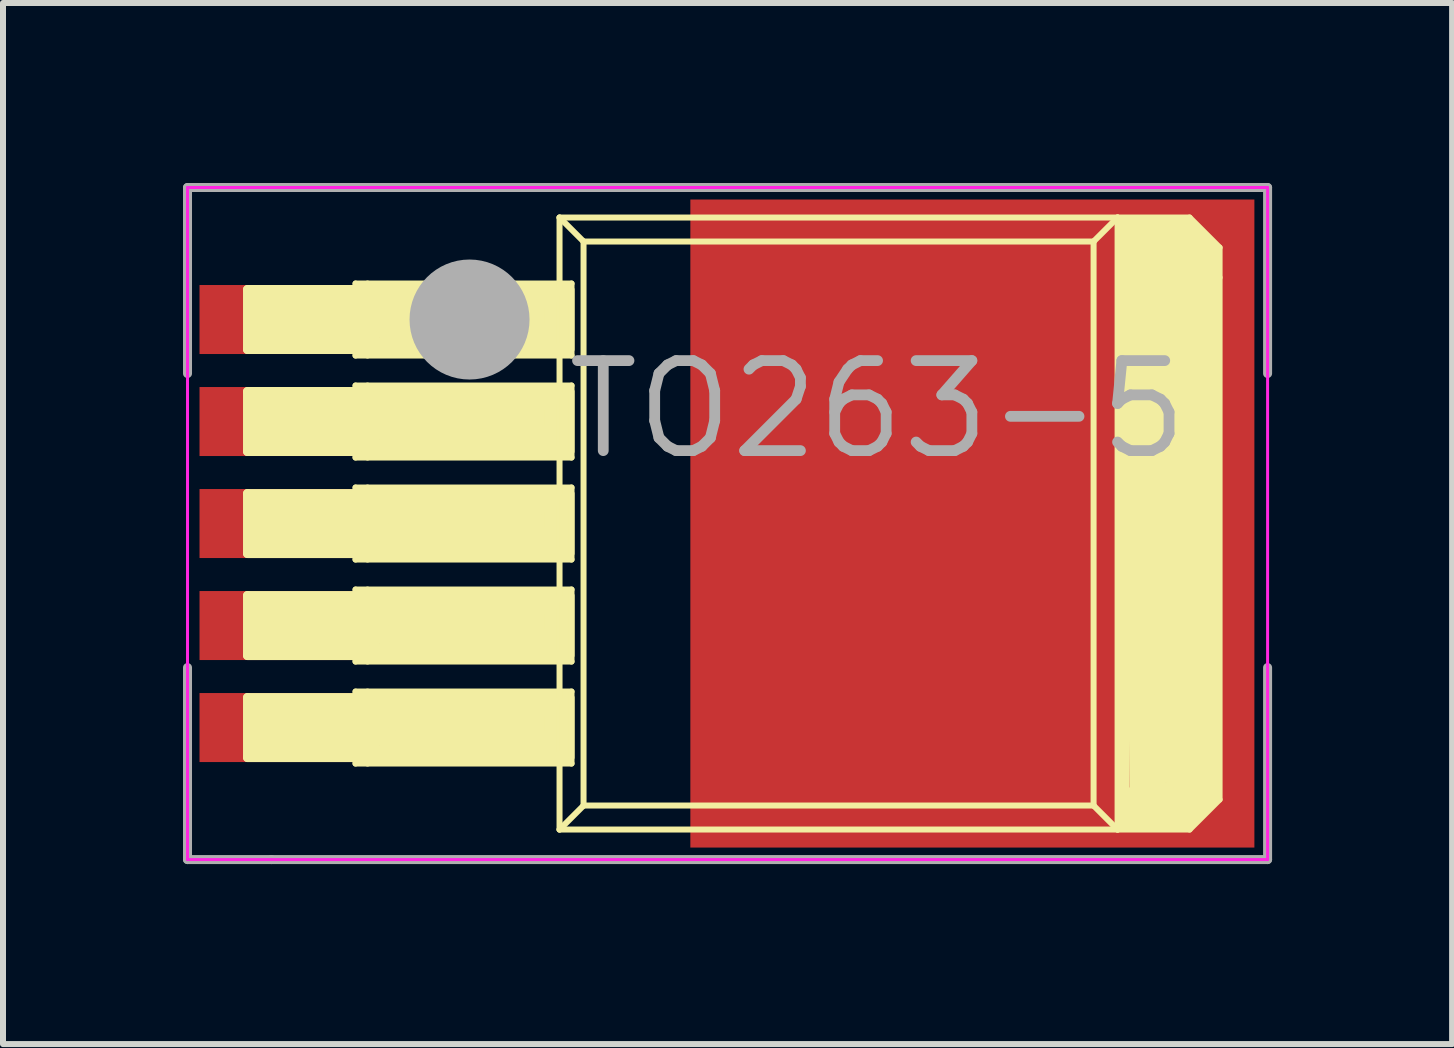
<source format=kicad_pcb>
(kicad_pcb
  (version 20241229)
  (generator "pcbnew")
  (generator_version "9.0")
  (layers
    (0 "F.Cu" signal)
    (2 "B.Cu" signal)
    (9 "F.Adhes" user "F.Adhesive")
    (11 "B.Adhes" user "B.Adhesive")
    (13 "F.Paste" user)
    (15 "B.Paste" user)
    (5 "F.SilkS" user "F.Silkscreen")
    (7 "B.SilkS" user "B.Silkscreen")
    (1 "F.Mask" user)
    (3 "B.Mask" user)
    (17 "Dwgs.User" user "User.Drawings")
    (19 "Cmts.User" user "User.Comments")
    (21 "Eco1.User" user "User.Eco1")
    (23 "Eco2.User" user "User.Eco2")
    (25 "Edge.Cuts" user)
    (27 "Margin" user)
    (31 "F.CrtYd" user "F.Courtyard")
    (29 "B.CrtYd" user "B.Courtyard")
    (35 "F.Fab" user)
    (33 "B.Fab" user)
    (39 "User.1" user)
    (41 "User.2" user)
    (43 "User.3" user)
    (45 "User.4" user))
  (footprint "TO263-5"
    (layer "F.Cu")
    (at 3.975 5.675)
    (property "Reference" "TO263-5" (at 7.6 -1.9 0) (layer "F.Fab") (effects (font (size 1.5 1.5) (thickness 0.18))))
    (attr smd)
    (fp_line (start -2.9 -3.9) (end -2.9 -2.9) (stroke (width 0.15) (type solid)) (layer "F.SilkS"))
    (fp_line (start -2.9 -2.9) (end -1.1 -2.9) (stroke (width 0.15) (type solid)) (layer "F.SilkS"))
    (fp_line (start -2.9 -2.2) (end -2.9 -1.2) (stroke (width 0.15) (type solid)) (layer "F.SilkS"))
    (fp_line (start -2.9 -1.2) (end -1.1 -1.2) (stroke (width 0.15) (type solid)) (layer "F.SilkS"))
    (fp_line (start -2.9 -0.5) (end -2.9 0.5) (stroke (width 0.15) (type solid)) (layer "F.SilkS"))
    (fp_line (start -2.9 0.5) (end -1.1 0.5) (stroke (width 0.15) (type solid)) (layer "F.SilkS"))
    (fp_line (start -2.9 1.2) (end -2.9 2.2) (stroke (width 0.15) (type solid)) (layer "F.SilkS"))
    (fp_line (start -2.9 2.2) (end -1.1 2.2) (stroke (width 0.15) (type solid)) (layer "F.SilkS"))
    (fp_line (start -2.9 2.9) (end -2.9 3.9) (stroke (width 0.15) (type solid)) (layer "F.SilkS"))
    (fp_line (start -2.9 3.9) (end -1.1 3.9) (stroke (width 0.15) (type solid)) (layer "F.SilkS"))
    (fp_line (start -2.8 -3.8) (end -1.2 -3.8) (stroke (width 0.3) (type solid)) (layer "F.SilkS"))
    (fp_line (start -2.8 -3.6) (end -1.4 -3.6) (stroke (width 0.3) (type solid)) (layer "F.SilkS"))
    (fp_line (start -2.8 -3) (end -2.8 -3.6) (stroke (width 0.3) (type solid)) (layer "F.SilkS"))
    (fp_line (start -2.8 -2.1) (end -1.2 -2.1) (stroke (width 0.3) (type solid)) (layer "F.SilkS"))
    (fp_line (start -2.8 -1.9) (end -1.4 -1.9) (stroke (width 0.3) (type solid)) (layer "F.SilkS"))
    (fp_line (start -2.8 -1.3) (end -2.8 -1.9) (stroke (width 0.3) (type solid)) (layer "F.SilkS"))
    (fp_line (start -2.8 -0.4) (end -1.2 -0.4) (stroke (width 0.3) (type solid)) (layer "F.SilkS"))
    (fp_line (start -2.8 -0.2) (end -1.4 -0.2) (stroke (width 0.3) (type solid)) (layer "F.SilkS"))
    (fp_line (start -2.8 0.4) (end -2.8 -0.2) (stroke (width 0.3) (type solid)) (layer "F.SilkS"))
    (fp_line (start -2.8 1.3) (end -1.2 1.3) (stroke (width 0.3) (type solid)) (layer "F.SilkS"))
    (fp_line (start -2.8 1.5) (end -1.4 1.5) (stroke (width 0.3) (type solid)) (layer "F.SilkS"))
    (fp_line (start -2.8 2.1) (end -2.8 1.5) (stroke (width 0.3) (type solid)) (layer "F.SilkS"))
    (fp_line (start -2.8 3) (end -1.2 3) (stroke (width 0.3) (type solid)) (layer "F.SilkS"))
    (fp_line (start -2.8 3.2) (end -1.4 3.2) (stroke (width 0.3) (type solid)) (layer "F.SilkS"))
    (fp_line (start -2.8 3.8) (end -2.8 3.2) (stroke (width 0.3) (type solid)) (layer "F.SilkS"))
    (fp_line (start -2.6 -3.4) (end -1.6 -3.4) (stroke (width 0.3) (type solid)) (layer "F.SilkS"))
    (fp_line (start -2.6 -3.2) (end -2.6 -3.4) (stroke (width 0.3) (type solid)) (layer "F.SilkS"))
    (fp_line (start -2.6 -1.7) (end -1.6 -1.7) (stroke (width 0.3) (type solid)) (layer "F.SilkS"))
    (fp_line (start -2.6 -1.5) (end -2.6 -1.7) (stroke (width 0.3) (type solid)) (layer "F.SilkS"))
    (fp_line (start -2.6 0) (end -1.6 0) (stroke (width 0.3) (type solid)) (layer "F.SilkS"))
    (fp_line (start -2.6 0.2) (end -2.6 0) (stroke (width 0.3) (type solid)) (layer "F.SilkS"))
    (fp_line (start -2.6 1.7) (end -1.6 1.7) (stroke (width 0.3) (type solid)) (layer "F.SilkS"))
    (fp_line (start -2.6 1.9) (end -2.6 1.7) (stroke (width 0.3) (type solid)) (layer "F.SilkS"))
    (fp_line (start -2.6 3.4) (end -1.6 3.4) (stroke (width 0.3) (type solid)) (layer "F.SilkS"))
    (fp_line (start -2.6 3.6) (end -2.6 3.4) (stroke (width 0.3) (type solid)) (layer "F.SilkS"))
    (fp_line (start -1.4 -3.6) (end -1.4 -3.2) (stroke (width 0.3) (type solid)) (layer "F.SilkS"))
    (fp_line (start -1.4 -3.2) (end -2.6 -3.2) (stroke (width 0.3) (type solid)) (layer "F.SilkS"))
    (fp_line (start -1.4 -1.9) (end -1.4 -1.5) (stroke (width 0.3) (type solid)) (layer "F.SilkS"))
    (fp_line (start -1.4 -1.5) (end -2.6 -1.5) (stroke (width 0.3) (type solid)) (layer "F.SilkS"))
    (fp_line (start -1.4 -0.2) (end -1.4 0.2) (stroke (width 0.3) (type solid)) (layer "F.SilkS"))
    (fp_line (start -1.4 0.2) (end -2.6 0.2) (stroke (width 0.3) (type solid)) (layer "F.SilkS"))
    (fp_line (start -1.4 1.5) (end -1.4 1.9) (stroke (width 0.3) (type solid)) (layer "F.SilkS"))
    (fp_line (start -1.4 1.9) (end -2.6 1.9) (stroke (width 0.3) (type solid)) (layer "F.SilkS"))
    (fp_line (start -1.4 3.2) (end -1.4 3.6) (stroke (width 0.3) (type solid)) (layer "F.SilkS"))
    (fp_line (start -1.4 3.6) (end -2.6 3.6) (stroke (width 0.3) (type solid)) (layer "F.SilkS"))
    (fp_line (start -1.2 -3.8) (end -1.2 -3) (stroke (width 0.3) (type solid)) (layer "F.SilkS"))
    (fp_line (start -1.2 -3) (end -2.8 -3) (stroke (width 0.3) (type solid)) (layer "F.SilkS"))
    (fp_line (start -1.2 -2.1) (end -1.2 -1.3) (stroke (width 0.3) (type solid)) (layer "F.SilkS"))
    (fp_line (start -1.2 -1.3) (end -2.8 -1.3) (stroke (width 0.3) (type solid)) (layer "F.SilkS"))
    (fp_line (start -1.2 -0.4) (end -1.2 0.4) (stroke (width 0.3) (type solid)) (layer "F.SilkS"))
    (fp_line (start -1.2 0.4) (end -2.8 0.4) (stroke (width 0.3) (type solid)) (layer "F.SilkS"))
    (fp_line (start -1.2 1.3) (end -1.2 2.1) (stroke (width 0.3) (type solid)) (layer "F.SilkS"))
    (fp_line (start -1.2 2.1) (end -2.8 2.1) (stroke (width 0.3) (type solid)) (layer "F.SilkS"))
    (fp_line (start -1.2 3) (end -1.2 3.8) (stroke (width 0.3) (type solid)) (layer "F.SilkS"))
    (fp_line (start -1.2 3.8) (end -2.8 3.8) (stroke (width 0.3) (type solid)) (layer "F.SilkS"))
    (fp_line (start -1.1 -4) (end -1.1 -2.8) (stroke (width 0.1) (type solid)) (layer "F.SilkS"))
    (fp_line (start -1.1 -3.9) (end -2.9 -3.9) (stroke (width 0.15) (type solid)) (layer "F.SilkS"))
    (fp_line (start -1.1 -2.9) (end -1.1 -3.9) (stroke (width 0.1) (type solid)) (layer "F.SilkS"))
    (fp_line (start -1.1 -2.9) (end -1.1 -3.9) (stroke (width 0.1) (type solid)) (layer "F.SilkS"))
    (fp_line (start -1.1 -2.3) (end -1.1 -1.1) (stroke (width 0.1) (type solid)) (layer "F.SilkS"))
    (fp_line (start -1.1 -2.2) (end -2.9 -2.2) (stroke (width 0.15) (type solid)) (layer "F.SilkS"))
    (fp_line (start -1.1 -1.2) (end -1.1 -2.2) (stroke (width 0.1) (type solid)) (layer "F.SilkS"))
    (fp_line (start -1.1 -1.2) (end -1.1 -2.2) (stroke (width 0.1) (type solid)) (layer "F.SilkS"))
    (fp_line (start -1.1 -0.6) (end -1.1 0.6) (stroke (width 0.1) (type solid)) (layer "F.SilkS"))
    (fp_line (start -1.1 -0.5) (end -2.9 -0.5) (stroke (width 0.15) (type solid)) (layer "F.SilkS"))
    (fp_line (start -1.1 0.5) (end -1.1 -0.5) (stroke (width 0.1) (type solid)) (layer "F.SilkS"))
    (fp_line (start -1.1 0.5) (end -1.1 -0.5) (stroke (width 0.1) (type solid)) (layer "F.SilkS"))
    (fp_line (start -1.1 1.1) (end -1.1 2.3) (stroke (width 0.1) (type solid)) (layer "F.SilkS"))
    (fp_line (start -1.1 1.2) (end -2.9 1.2) (stroke (width 0.15) (type solid)) (layer "F.SilkS"))
    (fp_line (start -1.1 2.2) (end -1.1 1.2) (stroke (width 0.1) (type solid)) (layer "F.SilkS"))
    (fp_line (start -1.1 2.2) (end -1.1 1.2) (stroke (width 0.1) (type solid)) (layer "F.SilkS"))
    (fp_line (start -1.1 2.8) (end -1.1 4) (stroke (width 0.1) (type solid)) (layer "F.SilkS"))
    (fp_line (start -1.1 2.9) (end -2.9 2.9) (stroke (width 0.15) (type solid)) (layer "F.SilkS"))
    (fp_line (start -1.1 3.9) (end -1.1 2.9) (stroke (width 0.1) (type solid)) (layer "F.SilkS"))
    (fp_line (start -1 -3.9) (end -1 -2.9) (stroke (width 0.2) (type solid)) (layer "F.SilkS"))
    (fp_line (start -1 -2.9) (end -0.9 -2.9) (stroke (width 0.2) (type solid)) (layer "F.SilkS"))
    (fp_line (start -1 -2.2) (end -1 -1.2) (stroke (width 0.2) (type solid)) (layer "F.SilkS"))
    (fp_line (start -1 -1.2) (end -0.9 -1.2) (stroke (width 0.2) (type solid)) (layer "F.SilkS"))
    (fp_line (start -1 -0.5) (end -1 0.5) (stroke (width 0.2) (type solid)) (layer "F.SilkS"))
    (fp_line (start -1 0.5) (end -0.9 0.5) (stroke (width 0.2) (type solid)) (layer "F.SilkS"))
    (fp_line (start -1 1.2) (end -1 2.2) (stroke (width 0.2) (type solid)) (layer "F.SilkS"))
    (fp_line (start -1 2.2) (end -0.9 2.2) (stroke (width 0.2) (type solid)) (layer "F.SilkS"))
    (fp_line (start -1 2.9) (end -1 3.9) (stroke (width 0.2) (type solid)) (layer "F.SilkS"))
    (fp_line (start -1 3.9) (end -0.9 3.9) (stroke (width 0.2) (type solid)) (layer "F.SilkS"))
    (fp_line (start -0.9 -4) (end -1.1 -4) (stroke (width 0.1) (type solid)) (layer "F.SilkS"))
    (fp_line (start -0.9 -4) (end 2.5 -4) (stroke (width 0.1) (type solid)) (layer "F.SilkS"))
    (fp_line (start -0.9 -2.9) (end -0.9 -3.9) (stroke (width 0.2) (type solid)) (layer "F.SilkS"))
    (fp_line (start -0.9 -2.8) (end -1.1 -2.8) (stroke (width 0.1) (type solid)) (layer "F.SilkS"))
    (fp_line (start -0.9 -2.3) (end -1.1 -2.3) (stroke (width 0.1) (type solid)) (layer "F.SilkS"))
    (fp_line (start -0.9 -2.3) (end 2.5 -2.3) (stroke (width 0.1) (type solid)) (layer "F.SilkS"))
    (fp_line (start -0.9 -1.2) (end -0.9 -2.2) (stroke (width 0.2) (type solid)) (layer "F.SilkS"))
    (fp_line (start -0.9 -1.1) (end -1.1 -1.1) (stroke (width 0.1) (type solid)) (layer "F.SilkS"))
    (fp_line (start -0.9 -0.6) (end -1.1 -0.6) (stroke (width 0.1) (type solid)) (layer "F.SilkS"))
    (fp_line (start -0.9 -0.6) (end 2.5 -0.6) (stroke (width 0.1) (type solid)) (layer "F.SilkS"))
    (fp_line (start -0.9 0.5) (end -0.9 -0.5) (stroke (width 0.2) (type solid)) (layer "F.SilkS"))
    (fp_line (start -0.9 0.6) (end -1.1 0.6) (stroke (width 0.1) (type solid)) (layer "F.SilkS"))
    (fp_line (start -0.9 1.1) (end -1.1 1.1) (stroke (width 0.1) (type solid)) (layer "F.SilkS"))
    (fp_line (start -0.9 1.1) (end 2.5 1.1) (stroke (width 0.1) (type solid)) (layer "F.SilkS"))
    (fp_line (start -0.9 2.2) (end -0.9 1.2) (stroke (width 0.2) (type solid)) (layer "F.SilkS"))
    (fp_line (start -0.9 2.3) (end -1.1 2.3) (stroke (width 0.1) (type solid)) (layer "F.SilkS"))
    (fp_line (start -0.9 2.8) (end -1.1 2.8) (stroke (width 0.1) (type solid)) (layer "F.SilkS"))
    (fp_line (start -0.9 2.8) (end 2.5 2.8) (stroke (width 0.1) (type solid)) (layer "F.SilkS"))
    (fp_line (start -0.9 3.9) (end -0.9 2.9) (stroke (width 0.2) (type solid)) (layer "F.SilkS"))
    (fp_line (start -0.9 4) (end -1.1 4) (stroke (width 0.1) (type solid)) (layer "F.SilkS"))
    (fp_line (start -0.8 -3.9) (end 2.4 -3.9) (stroke (width 0.2) (type solid)) (layer "F.SilkS"))
    (fp_line (start -0.8 -3.8) (end -0.8 -3) (stroke (width 0.2) (type solid)) (layer "F.SilkS"))
    (fp_line (start -0.8 -3) (end 2.4 -3) (stroke (width 0.2) (type solid)) (layer "F.SilkS"))
    (fp_line (start -0.8 -2.2) (end 2.4 -2.2) (stroke (width 0.2) (type solid)) (layer "F.SilkS"))
    (fp_line (start -0.8 -2.1) (end -0.8 -1.3) (stroke (width 0.2) (type solid)) (layer "F.SilkS"))
    (fp_line (start -0.8 -1.3) (end 2.4 -1.3) (stroke (width 0.2) (type solid)) (layer "F.SilkS"))
    (fp_line (start -0.8 -0.5) (end 2.4 -0.5) (stroke (width 0.2) (type solid)) (layer "F.SilkS"))
    (fp_line (start -0.8 -0.4) (end -0.8 0.4) (stroke (width 0.2) (type solid)) (layer "F.SilkS"))
    (fp_line (start -0.8 0.4) (end 2.4 0.4) (stroke (width 0.2) (type solid)) (layer "F.SilkS"))
    (fp_line (start -0.8 1.2) (end 2.4 1.2) (stroke (width 0.2) (type solid)) (layer "F.SilkS"))
    (fp_line (start -0.8 1.3) (end -0.8 2.1) (stroke (width 0.2) (type solid)) (layer "F.SilkS"))
    (fp_line (start -0.8 2.1) (end 2.4 2.1) (stroke (width 0.2) (type solid)) (layer "F.SilkS"))
    (fp_line (start -0.8 2.9) (end 2.4 2.9) (stroke (width 0.2) (type solid)) (layer "F.SilkS"))
    (fp_line (start -0.8 3) (end -0.8 3.8) (stroke (width 0.2) (type solid)) (layer "F.SilkS"))
    (fp_line (start -0.8 3.8) (end 2.4 3.8) (stroke (width 0.2) (type solid)) (layer "F.SilkS"))
    (fp_line (start -0.6 -3.6) (end 2.2 -3.6) (stroke (width 0.3) (type solid)) (layer "F.SilkS"))
    (fp_line (start -0.6 -3.2) (end -0.6 -3.6) (stroke (width 0.3) (type solid)) (layer "F.SilkS"))
    (fp_line (start -0.6 -1.9) (end 2.2 -1.9) (stroke (width 0.3) (type solid)) (layer "F.SilkS"))
    (fp_line (start -0.6 -1.5) (end -0.6 -1.9) (stroke (width 0.3) (type solid)) (layer "F.SilkS"))
    (fp_line (start -0.6 -0.2) (end 2.2 -0.2) (stroke (width 0.3) (type solid)) (layer "F.SilkS"))
    (fp_line (start -0.6 0.2) (end -0.6 -0.2) (stroke (width 0.3) (type solid)) (layer "F.SilkS"))
    (fp_line (start -0.6 1.5) (end 2.2 1.5) (stroke (width 0.3) (type solid)) (layer "F.SilkS"))
    (fp_line (start -0.6 1.9) (end -0.6 1.5) (stroke (width 0.3) (type solid)) (layer "F.SilkS"))
    (fp_line (start -0.6 3.2) (end 2.2 3.2) (stroke (width 0.3) (type solid)) (layer "F.SilkS"))
    (fp_line (start -0.6 3.6) (end -0.6 3.2) (stroke (width 0.3) (type solid)) (layer "F.SilkS"))
    (fp_line (start -0.4 -3.4) (end 2 -3.4) (stroke (width 0.3) (type solid)) (layer "F.SilkS"))
    (fp_line (start -0.4 -3.2) (end -0.4 -3.4) (stroke (width 0.3) (type solid)) (layer "F.SilkS"))
    (fp_line (start -0.4 -1.7) (end 2 -1.7) (stroke (width 0.3) (type solid)) (layer "F.SilkS"))
    (fp_line (start -0.4 -1.5) (end -0.4 -1.7) (stroke (width 0.3) (type solid)) (layer "F.SilkS"))
    (fp_line (start -0.4 0) (end 2 0) (stroke (width 0.3) (type solid)) (layer "F.SilkS"))
    (fp_line (start -0.4 0.2) (end -0.4 0) (stroke (width 0.3) (type solid)) (layer "F.SilkS"))
    (fp_line (start -0.4 1.7) (end 2 1.7) (stroke (width 0.3) (type solid)) (layer "F.SilkS"))
    (fp_line (start -0.4 1.9) (end -0.4 1.7) (stroke (width 0.3) (type solid)) (layer "F.SilkS"))
    (fp_line (start -0.4 3.4) (end 2 3.4) (stroke (width 0.3) (type solid)) (layer "F.SilkS"))
    (fp_line (start -0.4 3.6) (end -0.4 3.4) (stroke (width 0.3) (type solid)) (layer "F.SilkS"))
    (fp_line (start 2.2 -3.6) (end 2.2 -3.2) (stroke (width 0.3) (type solid)) (layer "F.SilkS"))
    (fp_line (start 2.2 -3.2) (end -0.4 -3.2) (stroke (width 0.3) (type solid)) (layer "F.SilkS"))
    (fp_line (start 2.2 -1.9) (end 2.2 -1.5) (stroke (width 0.3) (type solid)) (layer "F.SilkS"))
    (fp_line (start 2.2 -1.5) (end -0.4 -1.5) (stroke (width 0.3) (type solid)) (layer "F.SilkS"))
    (fp_line (start 2.2 -0.2) (end 2.2 0.2) (stroke (width 0.3) (type solid)) (layer "F.SilkS"))
    (fp_line (start 2.2 0.2) (end -0.4 0.2) (stroke (width 0.3) (type solid)) (layer "F.SilkS"))
    (fp_line (start 2.2 1.5) (end 2.2 1.9) (stroke (width 0.3) (type solid)) (layer "F.SilkS"))
    (fp_line (start 2.2 1.9) (end -0.4 1.9) (stroke (width 0.3) (type solid)) (layer "F.SilkS"))
    (fp_line (start 2.2 3.2) (end 2.2 3.6) (stroke (width 0.3) (type solid)) (layer "F.SilkS"))
    (fp_line (start 2.2 3.6) (end -0.4 3.6) (stroke (width 0.3) (type solid)) (layer "F.SilkS"))
    (fp_line (start 2.3 -5.1) (end 2.7 -4.7) (stroke (width 0.1) (type solid)) (layer "F.SilkS"))
    (fp_line (start 2.3 -5.1) (end 11.6 -5.1) (stroke (width 0.1) (type solid)) (layer "F.SilkS"))
    (fp_line (start 2.3 5.1) (end 2.3 -5.1) (stroke (width 0.1) (type solid)) (layer "F.SilkS"))
    (fp_line (start 2.4 -3.8) (end -0.7 -3.8) (stroke (width 0.2) (type solid)) (layer "F.SilkS"))
    (fp_line (start 2.4 -3) (end 2.4 -3.8) (stroke (width 0.2) (type solid)) (layer "F.SilkS"))
    (fp_line (start 2.4 -2.9) (end -0.8 -2.9) (stroke (width 0.2) (type solid)) (layer "F.SilkS"))
    (fp_line (start 2.4 -2.1) (end -0.7 -2.1) (stroke (width 0.2) (type solid)) (layer "F.SilkS"))
    (fp_line (start 2.4 -1.3) (end 2.4 -2.1) (stroke (width 0.2) (type solid)) (layer "F.SilkS"))
    (fp_line (start 2.4 -1.2) (end -0.8 -1.2) (stroke (width 0.2) (type solid)) (layer "F.SilkS"))
    (fp_line (start 2.4 -0.4) (end -0.7 -0.4) (stroke (width 0.2) (type solid)) (layer "F.SilkS"))
    (fp_line (start 2.4 0.4) (end 2.4 -0.4) (stroke (width 0.2) (type solid)) (layer "F.SilkS"))
    (fp_line (start 2.4 0.5) (end -0.8 0.5) (stroke (width 0.2) (type solid)) (layer "F.SilkS"))
    (fp_line (start 2.4 1.3) (end -0.7 1.3) (stroke (width 0.2) (type solid)) (layer "F.SilkS"))
    (fp_line (start 2.4 2.1) (end 2.4 1.3) (stroke (width 0.2) (type solid)) (layer "F.SilkS"))
    (fp_line (start 2.4 2.2) (end -0.8 2.2) (stroke (width 0.2) (type solid)) (layer "F.SilkS"))
    (fp_line (start 2.4 3) (end -0.7 3) (stroke (width 0.2) (type solid)) (layer "F.SilkS"))
    (fp_line (start 2.4 3.8) (end 2.4 3) (stroke (width 0.2) (type solid)) (layer "F.SilkS"))
    (fp_line (start 2.4 3.9) (end -0.8 3.9) (stroke (width 0.2) (type solid)) (layer "F.SilkS"))
    (fp_line (start 2.5 -4) (end 2.5 -2.8) (stroke (width 0.1) (type solid)) (layer "F.SilkS"))
    (fp_line (start 2.5 -3.9) (end 2.5 -2.9) (stroke (width 0.1) (type solid)) (layer "F.SilkS"))
    (fp_line (start 2.5 -2.8) (end -0.9 -2.8) (stroke (width 0.1) (type solid)) (layer "F.SilkS"))
    (fp_line (start 2.5 -2.3) (end 2.5 -1.1) (stroke (width 0.1) (type solid)) (layer "F.SilkS"))
    (fp_line (start 2.5 -2.2) (end 2.5 -1.2) (stroke (width 0.1) (type solid)) (layer "F.SilkS"))
    (fp_line (start 2.5 -1.1) (end -0.9 -1.1) (stroke (width 0.1) (type solid)) (layer "F.SilkS"))
    (fp_line (start 2.5 -0.6) (end 2.5 0.6) (stroke (width 0.1) (type solid)) (layer "F.SilkS"))
    (fp_line (start 2.5 -0.5) (end 2.5 0.5) (stroke (width 0.1) (type solid)) (layer "F.SilkS"))
    (fp_line (start 2.5 0.6) (end -0.9 0.6) (stroke (width 0.1) (type solid)) (layer "F.SilkS"))
    (fp_line (start 2.5 1.1) (end 2.5 2.3) (stroke (width 0.1) (type solid)) (layer "F.SilkS"))
    (fp_line (start 2.5 1.2) (end 2.5 2.2) (stroke (width 0.1) (type solid)) (layer "F.SilkS"))
    (fp_line (start 2.5 2.3) (end -0.9 2.3) (stroke (width 0.1) (type solid)) (layer "F.SilkS"))
    (fp_line (start 2.5 2.8) (end 2.5 4) (stroke (width 0.1) (type solid)) (layer "F.SilkS"))
    (fp_line (start 2.5 2.9) (end 2.5 3.9) (stroke (width 0.1) (type solid)) (layer "F.SilkS"))
    (fp_line (start 2.5 4) (end -0.9 4) (stroke (width 0.1) (type solid)) (layer "F.SilkS"))
    (fp_line (start 2.7 -4.7) (end 2.7 4.7) (stroke (width 0.1) (type solid)) (layer "F.SilkS"))
    (fp_line (start 2.7 4.7) (end 2.3 5.1) (stroke (width 0.1) (type solid)) (layer "F.SilkS"))
    (fp_line (start 2.7 4.7) (end 11.2 4.7) (stroke (width 0.1) (type solid)) (layer "F.SilkS"))
    (fp_line (start 11.2 -4.7) (end 2.7 -4.7) (stroke (width 0.1) (type solid)) (layer "F.SilkS"))
    (fp_line (start 11.2 4.7) (end 11.2 -4.7) (stroke (width 0.1) (type solid)) (layer "F.SilkS"))
    (fp_line (start 11.2 4.7) (end 11.6 5.1) (stroke (width 0.1) (type solid)) (layer "F.SilkS"))
    (fp_line (start 11.6 -5.1) (end 11.2 -4.7) (stroke (width 0.1) (type solid)) (layer "F.SilkS"))
    (fp_line (start 11.6 -5.1) (end 11.6 5.1) (stroke (width 0.1) (type solid)) (layer "F.SilkS"))
    (fp_line (start 11.6 5.1) (end 2.3 5.1) (stroke (width 0.1) (type solid)) (layer "F.SilkS"))
    (fp_line (start 11.6 5.1) (end 12.8 5.1) (stroke (width 0.1) (type solid)) (layer "F.SilkS"))
    (fp_line (start 11.7 -5) (end 11.7 4.9) (stroke (width 0.2) (type solid)) (layer "F.SilkS"))
    (fp_line (start 11.7 5) (end 12.8 5) (stroke (width 0.2) (type solid)) (layer "F.SilkS"))
    (fp_line (start 11.8 4.6) (end 12.5 4.5) (stroke (width 0.4) (type solid)) (layer "F.SilkS"))
    (fp_line (start 11.9 -4.8) (end 12 4.5) (stroke (width 0.4) (type solid)) (layer "F.SilkS"))
    (fp_line (start 11.9 4.8) (end 12.6 4.8) (stroke (width 0.4) (type solid)) (layer "F.SilkS"))
    (fp_line (start 12.2 -4.5) (end 12.2 4.2) (stroke (width 0.4) (type solid)) (layer "F.SilkS"))
    (fp_line (start 12.2 4.2) (end 12.4 4.1) (stroke (width 0.4) (type solid)) (layer "F.SilkS"))
    (fp_line (start 12.4 -4.5) (end 12.2 -4.5) (stroke (width 0.4) (type solid)) (layer "F.SilkS"))
    (fp_line (start 12.4 4.1) (end 12.5 -4.4) (stroke (width 0.4) (type solid)) (layer "F.SilkS"))
    (fp_line (start 12.5 4.5) (end 12.7 4.3) (stroke (width 0.4) (type solid)) (layer "F.SilkS"))
    (fp_line (start 12.6 -4.8) (end 11.9 -4.8) (stroke (width 0.4) (type solid)) (layer "F.SilkS"))
    (fp_line (start 12.6 4.8) (end 13 4.4) (stroke (width 0.4) (type solid)) (layer "F.SilkS"))
    (fp_line (start 12.7 -4.2) (end 12.4 -4.5) (stroke (width 0.4) (type solid)) (layer "F.SilkS"))
    (fp_line (start 12.7 4.3) (end 12.7 -4.2) (stroke (width 0.4) (type solid)) (layer "F.SilkS"))
    (fp_line (start 12.8 -5.1) (end 11.6 -5.1) (stroke (width 0.1) (type solid)) (layer "F.SilkS"))
    (fp_line (start 12.8 -5.1) (end 13.3 -4.6) (stroke (width 0.1) (type solid)) (layer "F.SilkS"))
    (fp_line (start 12.8 -5) (end 11.7 -5) (stroke (width 0.2) (type solid)) (layer "F.SilkS"))
    (fp_line (start 12.8 5) (end 13.2 4.6) (stroke (width 0.2) (type solid)) (layer "F.SilkS"))
    (fp_line (start 12.8 5.1) (end 13.3 4.6) (stroke (width 0.1) (type solid)) (layer "F.SilkS"))
    (fp_line (start 13 -4.4) (end 12.6 -4.8) (stroke (width 0.4) (type solid)) (layer "F.SilkS"))
    (fp_line (start 13 4.4) (end 13 -4.4) (stroke (width 0.4) (type solid)) (layer "F.SilkS"))
    (fp_line (start 13.2 -4.6) (end 12.8 -5) (stroke (width 0.2) (type solid)) (layer "F.SilkS"))
    (fp_line (start 13.2 4.6) (end 13.2 -4.6) (stroke (width 0.2) (type solid)) (layer "F.SilkS"))
    (fp_line (start 13.3 -4.6) (end 13.3 -4.1) (stroke (width 0.1) (type solid)) (layer "F.SilkS"))
    (fp_line (start 13.3 4.6) (end 13.3 -4.1) (stroke (width 0.1) (type solid)) (layer "F.SilkS"))
    (fp_line (start -3.9 -5.6) (end -2.5 -5.6) (stroke (width 0.05) (type solid)) (layer "F.CrtYd"))
    (fp_line (start -3.9 5.6) (end -3.9 -5.6) (stroke (width 0.05) (type solid)) (layer "F.CrtYd"))
    (fp_line (start -3.9 5.6) (end -2.5 5.6) (stroke (width 0.05) (type solid)) (layer "F.CrtYd"))
    (fp_line (start -2.5 -5.6) (end 14.1 -5.6) (stroke (width 0.05) (type solid)) (layer "F.CrtYd"))
    (fp_line (start 14.1 -5.6) (end 14.1 5.6) (stroke (width 0.05) (type solid)) (layer "F.CrtYd"))
    (fp_line (start 14.1 5.6) (end -2.5 5.6) (stroke (width 0.05) (type solid)) (layer "F.CrtYd"))
    (fp_line (start -3.9 -5.6) (end -2.5 -5.6) (stroke (width 0.15) (type solid)) (layer "F.Fab"))
    (fp_line (start -3.9 -2.5) (end -3.9 -5.6) (stroke (width 0.15) (type solid)) (layer "F.Fab"))
    (fp_line (start -3.9 2.4) (end -3.9 5.6) (stroke (width 0.15) (type solid)) (layer "F.Fab"))
    (fp_line (start -2.5 -5.6) (end 14.1 -5.6) (stroke (width 0.15) (type solid)) (layer "F.Fab"))
    (fp_line (start -2.5 5.6) (end -3.9 5.6) (stroke (width 0.15) (type solid)) (layer "F.Fab"))
    (fp_line (start -2.5 5.6) (end 14.1 5.6) (stroke (width 0.15) (type solid)) (layer "F.Fab"))
    (fp_line (start 14.1 -5.6) (end 14.1 -2.5) (stroke (width 0.15) (type solid)) (layer "F.Fab"))
    (fp_line (start 14.1 5.6) (end 14.1 2.4) (stroke (width 0.15) (type solid)) (layer "F.Fab"))
    (fp_circle (center 0.8 -3.4) (end 1.1 -3) (stroke (width 1) (type solid)) (fill no) (layer "F.Fab"))
    (pad "1" smd rect (at -1.2 -3.4) (size 5 1.15) (layers "F.Cu" "F.Mask" "F.Paste"))
    (pad "2" smd rect (at -1.2 -1.7) (size 5 1.15) (layers "F.Cu" "F.Mask" "F.Paste"))
    (pad "3" smd rect (at -1.2 0) (size 5 1.15) (layers "F.Cu" "F.Mask" "F.Paste"))
    (pad "3" smd rect (at 9.18 0) (size 9.4 10.8) (layers "F.Cu" "F.Mask" "F.Paste"))
    (pad "4" smd rect (at -1.2 1.7) (size 5 1.15) (layers "F.Cu" "F.Mask" "F.Paste"))
    (pad "5" smd rect (at -1.2 3.4) (size 5 1.15) (layers "F.Cu" "F.Mask" "F.Paste")))
  (gr_rect
    (start -3 -3)
    (end 21.15 14.35)
    (stroke (width 0.1) (type default))
    (fill no)
    (layer "Edge.Cuts")))
</source>
